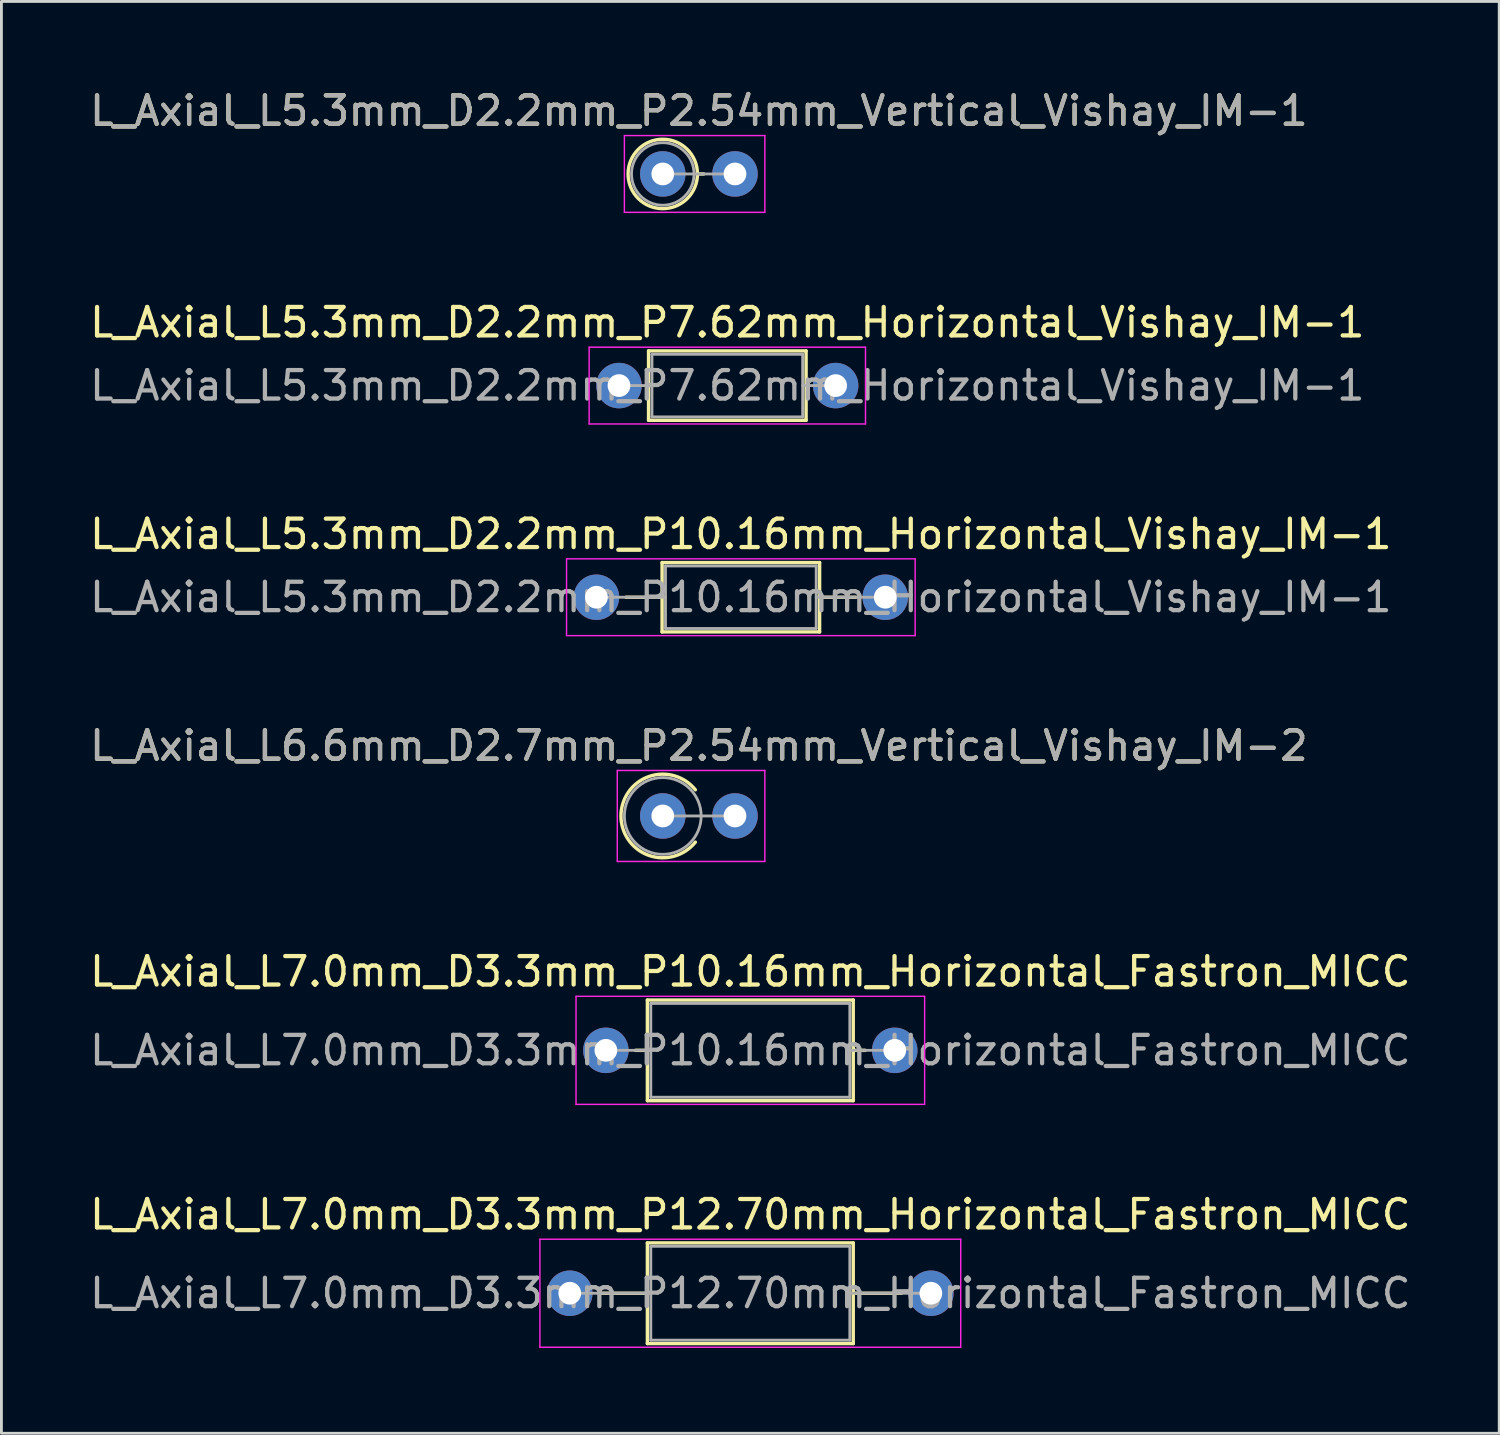
<source format=kicad_pcb>
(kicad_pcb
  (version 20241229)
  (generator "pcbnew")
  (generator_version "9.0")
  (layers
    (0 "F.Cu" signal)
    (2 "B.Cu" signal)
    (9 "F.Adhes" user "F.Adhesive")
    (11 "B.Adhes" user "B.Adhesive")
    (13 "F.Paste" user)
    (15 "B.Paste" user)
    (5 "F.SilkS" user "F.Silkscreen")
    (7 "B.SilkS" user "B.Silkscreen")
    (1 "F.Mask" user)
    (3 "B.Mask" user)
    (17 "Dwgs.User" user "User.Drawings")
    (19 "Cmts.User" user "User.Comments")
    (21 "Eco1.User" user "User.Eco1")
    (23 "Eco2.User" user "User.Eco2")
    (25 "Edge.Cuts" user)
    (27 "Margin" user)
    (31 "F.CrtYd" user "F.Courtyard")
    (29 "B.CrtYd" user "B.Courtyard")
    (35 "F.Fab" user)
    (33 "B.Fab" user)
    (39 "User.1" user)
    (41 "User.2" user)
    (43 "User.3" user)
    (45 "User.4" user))
  (footprint "L_Axial_L5.3mm_D2.2mm_P2.54mm_Vertical_Vishay_IM-1"
    (layer "F.Cu")
    (at 20.26 3.068)
    (property "Reference" "L_Axial_L5.3mm_D2.2mm_P2.54mm_Vertical_Vishay_IM-1" (at 1.27 -2.22 0) (layer "F.SilkS") (effects (font (size 1 1) (thickness 0.15))))
    (attr through_hole)
    (fp_line (start 1.22 0) (end 1.44 0) (stroke (width 0.12) (type solid)) (layer "F.SilkS"))
    (fp_circle (center 0 0) (end 1.22 0) (stroke (width 0.12) (type solid)) (fill no) (layer "F.SilkS"))
    (fp_line (start -1.35 -1.35) (end -1.35 1.35) (stroke (width 0.05) (type solid)) (layer "F.CrtYd"))
    (fp_line (start -1.35 1.35) (end 3.59 1.35) (stroke (width 0.05) (type solid)) (layer "F.CrtYd"))
    (fp_line (start 3.59 -1.35) (end -1.35 -1.35) (stroke (width 0.05) (type solid)) (layer "F.CrtYd"))
    (fp_line (start 3.59 1.35) (end 3.59 -1.35) (stroke (width 0.05) (type solid)) (layer "F.CrtYd"))
    (fp_line (start 0 0) (end 2.54 0) (stroke (width 0.1) (type solid)) (layer "F.Fab"))
    (fp_circle (center 0 0) (end 1.1 0) (stroke (width 0.1) (type solid)) (fill no) (layer "F.Fab"))
    (fp_text user "${REFERENCE}" (at 1.27 -2.22 0) (layer "F.Fab") (effects (font (size 1 1) (thickness 0.15))))
    (pad "1" thru_hole circle (at 0 0) (size 1.6 1.6) (drill 0.8) (layers "*.Cu" "*.Mask"))
    (pad "2" thru_hole oval (at 2.54 0) (size 1.6 1.6) (drill 0.8) (layers "*.Cu" "*.Mask")))
  (footprint "L_Axial_L7.0mm_D3.3mm_P12.70mm_Horizontal_Fastron_MICC"
    (layer "F.Cu")
    (at 16.989 42.434)
    (property "Reference" "L_Axial_L7.0mm_D3.3mm_P12.70mm_Horizontal_Fastron_MICC" (at 6.35 -2.77 0) (layer "F.SilkS") (effects (font (size 1 1) (thickness 0.15))))
    (attr through_hole)
    (fp_line (start 1.04 0) (end 2.73 0) (stroke (width 0.12) (type solid)) (layer "F.SilkS"))
    (fp_line (start 2.73 -1.77) (end 2.73 1.77) (stroke (width 0.12) (type solid)) (layer "F.SilkS"))
    (fp_line (start 2.73 1.77) (end 9.97 1.77) (stroke (width 0.12) (type solid)) (layer "F.SilkS"))
    (fp_line (start 9.97 -1.77) (end 2.73 -1.77) (stroke (width 0.12) (type solid)) (layer "F.SilkS"))
    (fp_line (start 9.97 1.77) (end 9.97 -1.77) (stroke (width 0.12) (type solid)) (layer "F.SilkS"))
    (fp_line (start 11.66 0) (end 9.97 0) (stroke (width 0.12) (type solid)) (layer "F.SilkS"))
    (fp_line (start -1.05 -1.9) (end -1.05 1.9) (stroke (width 0.05) (type solid)) (layer "F.CrtYd"))
    (fp_line (start -1.05 1.9) (end 13.75 1.9) (stroke (width 0.05) (type solid)) (layer "F.CrtYd"))
    (fp_line (start 13.75 -1.9) (end -1.05 -1.9) (stroke (width 0.05) (type solid)) (layer "F.CrtYd"))
    (fp_line (start 13.75 1.9) (end 13.75 -1.9) (stroke (width 0.05) (type solid)) (layer "F.CrtYd"))
    (fp_line (start 0 0) (end 2.85 0) (stroke (width 0.1) (type solid)) (layer "F.Fab"))
    (fp_line (start 2.85 -1.65) (end 2.85 1.65) (stroke (width 0.1) (type solid)) (layer "F.Fab"))
    (fp_line (start 2.85 1.65) (end 9.85 1.65) (stroke (width 0.1) (type solid)) (layer "F.Fab"))
    (fp_line (start 9.85 -1.65) (end 2.85 -1.65) (stroke (width 0.1) (type solid)) (layer "F.Fab"))
    (fp_line (start 9.85 1.65) (end 9.85 -1.65) (stroke (width 0.1) (type solid)) (layer "F.Fab"))
    (fp_line (start 12.7 0) (end 9.85 0) (stroke (width 0.1) (type solid)) (layer "F.Fab"))
    (fp_text user "${REFERENCE}" (at 6.35 0 0) (layer "F.Fab") (effects (font (size 1 1) (thickness 0.15))))
    (pad "1" thru_hole circle (at 0 0) (size 1.6 1.6) (drill 0.8) (layers "*.Cu" "*.Mask"))
    (pad "2" thru_hole oval (at 12.7 0) (size 1.6 1.6) (drill 0.8) (layers "*.Cu" "*.Mask")))
  (footprint "L_Axial_L5.3mm_D2.2mm_P10.16mm_Horizontal_Vishay_IM-1"
    (layer "F.Cu")
    (at 17.926 17.955)
    (property "Reference" "L_Axial_L5.3mm_D2.2mm_P10.16mm_Horizontal_Vishay_IM-1" (at 5.08 -2.22 0) (layer "F.SilkS") (effects (font (size 1 1) (thickness 0.15))))
    (attr through_hole)
    (fp_line (start 1.04 0) (end 2.31 0) (stroke (width 0.12) (type solid)) (layer "F.SilkS"))
    (fp_line (start 2.31 -1.22) (end 2.31 1.22) (stroke (width 0.12) (type solid)) (layer "F.SilkS"))
    (fp_line (start 2.31 1.22) (end 7.85 1.22) (stroke (width 0.12) (type solid)) (layer "F.SilkS"))
    (fp_line (start 7.85 -1.22) (end 2.31 -1.22) (stroke (width 0.12) (type solid)) (layer "F.SilkS"))
    (fp_line (start 7.85 1.22) (end 7.85 -1.22) (stroke (width 0.12) (type solid)) (layer "F.SilkS"))
    (fp_line (start 9.12 0) (end 7.85 0) (stroke (width 0.12) (type solid)) (layer "F.SilkS"))
    (fp_line (start -1.05 -1.35) (end -1.05 1.35) (stroke (width 0.05) (type solid)) (layer "F.CrtYd"))
    (fp_line (start -1.05 1.35) (end 11.21 1.35) (stroke (width 0.05) (type solid)) (layer "F.CrtYd"))
    (fp_line (start 11.21 -1.35) (end -1.05 -1.35) (stroke (width 0.05) (type solid)) (layer "F.CrtYd"))
    (fp_line (start 11.21 1.35) (end 11.21 -1.35) (stroke (width 0.05) (type solid)) (layer "F.CrtYd"))
    (fp_line (start 0 0) (end 2.43 0) (stroke (width 0.1) (type solid)) (layer "F.Fab"))
    (fp_line (start 2.43 -1.1) (end 2.43 1.1) (stroke (width 0.1) (type solid)) (layer "F.Fab"))
    (fp_line (start 2.43 1.1) (end 7.73 1.1) (stroke (width 0.1) (type solid)) (layer "F.Fab"))
    (fp_line (start 7.73 -1.1) (end 2.43 -1.1) (stroke (width 0.1) (type solid)) (layer "F.Fab"))
    (fp_line (start 7.73 1.1) (end 7.73 -1.1) (stroke (width 0.1) (type solid)) (layer "F.Fab"))
    (fp_line (start 10.16 0) (end 7.73 0) (stroke (width 0.1) (type solid)) (layer "F.Fab"))
    (fp_text user "${REFERENCE}" (at 5.08 0 0) (layer "F.Fab") (effects (font (size 1 1) (thickness 0.15))))
    (pad "1" thru_hole circle (at 0 0) (size 1.6 1.6) (drill 0.8) (layers "*.Cu" "*.Mask"))
    (pad "2" thru_hole oval (at 10.16 0) (size 1.6 1.6) (drill 0.8) (layers "*.Cu" "*.Mask")))
  (footprint "L_Axial_L5.3mm_D2.2mm_P7.62mm_Horizontal_Vishay_IM-1"
    (layer "F.Cu")
    (at 18.72 10.511)
    (property "Reference" "L_Axial_L5.3mm_D2.2mm_P7.62mm_Horizontal_Vishay_IM-1" (at 3.81 -2.22 0) (layer "F.SilkS") (effects (font (size 1 1) (thickness 0.15))))
    (attr through_hole)
    (fp_line (start 1.04 -1.22) (end 1.04 1.22) (stroke (width 0.12) (type solid)) (layer "F.SilkS"))
    (fp_line (start 1.04 1.22) (end 6.58 1.22) (stroke (width 0.12) (type solid)) (layer "F.SilkS"))
    (fp_line (start 6.58 -1.22) (end 1.04 -1.22) (stroke (width 0.12) (type solid)) (layer "F.SilkS"))
    (fp_line (start 6.58 1.22) (end 6.58 -1.22) (stroke (width 0.12) (type solid)) (layer "F.SilkS"))
    (fp_line (start -1.05 -1.35) (end -1.05 1.35) (stroke (width 0.05) (type solid)) (layer "F.CrtYd"))
    (fp_line (start -1.05 1.35) (end 8.67 1.35) (stroke (width 0.05) (type solid)) (layer "F.CrtYd"))
    (fp_line (start 8.67 -1.35) (end -1.05 -1.35) (stroke (width 0.05) (type solid)) (layer "F.CrtYd"))
    (fp_line (start 8.67 1.35) (end 8.67 -1.35) (stroke (width 0.05) (type solid)) (layer "F.CrtYd"))
    (fp_line (start 0 0) (end 1.16 0) (stroke (width 0.1) (type solid)) (layer "F.Fab"))
    (fp_line (start 1.16 -1.1) (end 1.16 1.1) (stroke (width 0.1) (type solid)) (layer "F.Fab"))
    (fp_line (start 1.16 1.1) (end 6.46 1.1) (stroke (width 0.1) (type solid)) (layer "F.Fab"))
    (fp_line (start 6.46 -1.1) (end 1.16 -1.1) (stroke (width 0.1) (type solid)) (layer "F.Fab"))
    (fp_line (start 6.46 1.1) (end 6.46 -1.1) (stroke (width 0.1) (type solid)) (layer "F.Fab"))
    (fp_line (start 7.62 0) (end 6.46 0) (stroke (width 0.1) (type solid)) (layer "F.Fab"))
    (fp_text user "${REFERENCE}" (at 3.81 0 0) (layer "F.Fab") (effects (font (size 1 1) (thickness 0.15))))
    (pad "1" thru_hole circle (at 0 0) (size 1.6 1.6) (drill 0.8) (layers "*.Cu" "*.Mask"))
    (pad "2" thru_hole oval (at 7.62 0) (size 1.6 1.6) (drill 0.8) (layers "*.Cu" "*.Mask")))
  (footprint "L_Axial_L6.6mm_D2.7mm_P2.54mm_Vertical_Vishay_IM-2"
    (layer "F.Cu")
    (at 20.26 25.648)
    (property "Reference" "L_Axial_L6.6mm_D2.7mm_P2.54mm_Vertical_Vishay_IM-2" (at 1.27 -2.47 0) (layer "F.SilkS") (effects (font (size 1 1) (thickness 0.15))))
    (attr through_hole)
    (fp_arc (start 1.146516 0.92) (mid -1.47 0) (end 1.146516 -0.92) (stroke (width 0.12) (type solid)) (layer "F.SilkS"))
    (fp_line (start -1.6 -1.6) (end -1.6 1.6) (stroke (width 0.05) (type solid)) (layer "F.CrtYd"))
    (fp_line (start -1.6 1.6) (end 3.59 1.6) (stroke (width 0.05) (type solid)) (layer "F.CrtYd"))
    (fp_line (start 3.59 -1.6) (end -1.6 -1.6) (stroke (width 0.05) (type solid)) (layer "F.CrtYd"))
    (fp_line (start 3.59 1.6) (end 3.59 -1.6) (stroke (width 0.05) (type solid)) (layer "F.CrtYd"))
    (fp_line (start 0 0) (end 2.54 0) (stroke (width 0.1) (type solid)) (layer "F.Fab"))
    (fp_circle (center 0 0) (end 1.35 0) (stroke (width 0.1) (type solid)) (fill no) (layer "F.Fab"))
    (fp_text user "${REFERENCE}" (at 1.27 -2.47 0) (layer "F.Fab") (effects (font (size 1 1) (thickness 0.15))))
    (pad "1" thru_hole circle (at 0 0) (size 1.6 1.6) (drill 0.8) (layers "*.Cu" "*.Mask"))
    (pad "2" thru_hole oval (at 2.54 0) (size 1.6 1.6) (drill 0.8) (layers "*.Cu" "*.Mask")))
  (footprint "L_Axial_L7.0mm_D3.3mm_P10.16mm_Horizontal_Fastron_MICC"
    (layer "F.Cu")
    (at 18.259 33.891)
    (property "Reference" "L_Axial_L7.0mm_D3.3mm_P10.16mm_Horizontal_Fastron_MICC" (at 5.08 -2.77 0) (layer "F.SilkS") (effects (font (size 1 1) (thickness 0.15))))
    (attr through_hole)
    (fp_line (start 1.04 0) (end 1.46 0) (stroke (width 0.12) (type solid)) (layer "F.SilkS"))
    (fp_line (start 1.46 -1.77) (end 1.46 1.77) (stroke (width 0.12) (type solid)) (layer "F.SilkS"))
    (fp_line (start 1.46 1.77) (end 8.7 1.77) (stroke (width 0.12) (type solid)) (layer "F.SilkS"))
    (fp_line (start 8.7 -1.77) (end 1.46 -1.77) (stroke (width 0.12) (type solid)) (layer "F.SilkS"))
    (fp_line (start 8.7 1.77) (end 8.7 -1.77) (stroke (width 0.12) (type solid)) (layer "F.SilkS"))
    (fp_line (start 9.12 0) (end 8.7 0) (stroke (width 0.12) (type solid)) (layer "F.SilkS"))
    (fp_line (start -1.05 -1.9) (end -1.05 1.9) (stroke (width 0.05) (type solid)) (layer "F.CrtYd"))
    (fp_line (start -1.05 1.9) (end 11.21 1.9) (stroke (width 0.05) (type solid)) (layer "F.CrtYd"))
    (fp_line (start 11.21 -1.9) (end -1.05 -1.9) (stroke (width 0.05) (type solid)) (layer "F.CrtYd"))
    (fp_line (start 11.21 1.9) (end 11.21 -1.9) (stroke (width 0.05) (type solid)) (layer "F.CrtYd"))
    (fp_line (start 0 0) (end 1.58 0) (stroke (width 0.1) (type solid)) (layer "F.Fab"))
    (fp_line (start 1.58 -1.65) (end 1.58 1.65) (stroke (width 0.1) (type solid)) (layer "F.Fab"))
    (fp_line (start 1.58 1.65) (end 8.58 1.65) (stroke (width 0.1) (type solid)) (layer "F.Fab"))
    (fp_line (start 8.58 -1.65) (end 1.58 -1.65) (stroke (width 0.1) (type solid)) (layer "F.Fab"))
    (fp_line (start 8.58 1.65) (end 8.58 -1.65) (stroke (width 0.1) (type solid)) (layer "F.Fab"))
    (fp_line (start 10.16 0) (end 8.58 0) (stroke (width 0.1) (type solid)) (layer "F.Fab"))
    (fp_text user "${REFERENCE}" (at 5.08 0 0) (layer "F.Fab") (effects (font (size 1 1) (thickness 0.15))))
    (pad "1" thru_hole circle (at 0 0) (size 1.6 1.6) (drill 0.8) (layers "*.Cu" "*.Mask"))
    (pad "2" thru_hole oval (at 10.16 0) (size 1.6 1.6) (drill 0.8) (layers "*.Cu" "*.Mask")))
  (gr_rect
    (start -3 -3)
    (end 49.679 47.359)
    (stroke (width 0.1) (type default))
    (fill no)
    (layer "Edge.Cuts")))
</source>
